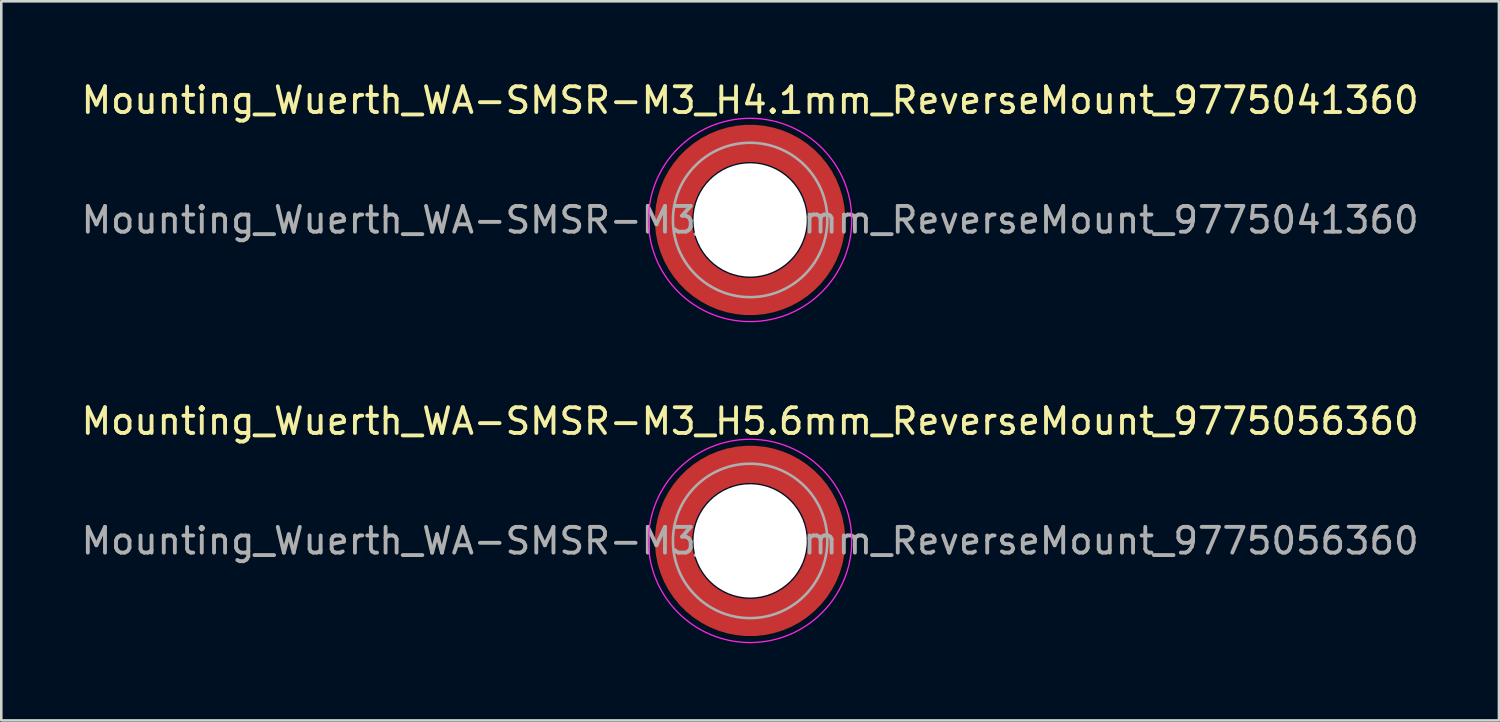
<source format=kicad_pcb>
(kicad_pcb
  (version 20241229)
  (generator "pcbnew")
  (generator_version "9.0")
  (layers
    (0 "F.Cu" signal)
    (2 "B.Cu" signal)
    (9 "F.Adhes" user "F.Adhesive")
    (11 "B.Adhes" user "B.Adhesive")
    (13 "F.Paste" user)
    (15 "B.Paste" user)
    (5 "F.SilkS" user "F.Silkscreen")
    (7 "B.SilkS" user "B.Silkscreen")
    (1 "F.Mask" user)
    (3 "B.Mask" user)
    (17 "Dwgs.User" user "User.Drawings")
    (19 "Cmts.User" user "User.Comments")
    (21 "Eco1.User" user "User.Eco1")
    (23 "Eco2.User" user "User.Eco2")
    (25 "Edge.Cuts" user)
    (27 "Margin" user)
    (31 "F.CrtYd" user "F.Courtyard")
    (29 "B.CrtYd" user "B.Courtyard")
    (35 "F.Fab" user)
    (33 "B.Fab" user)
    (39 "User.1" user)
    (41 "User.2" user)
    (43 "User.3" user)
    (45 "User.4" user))
  (footprint "Mounting_Wuerth_WA-SMSR-M3_H5.6mm_ReverseMount_9775056360"
    (layer "F.Cu")
    (at 26.101 17.971)
    (property "Reference" "Mounting_Wuerth_WA-SMSR-M3_H5.6mm_ReverseMount_9775056360" (at 0 -4.65 0) (layer "F.SilkS") (effects (font (size 1 1) (thickness 0.15))))
    (property "Mouser Part no." "" (at 0 0 0) (layer "F.Fab") (effects (font (size 1.27 1.27) (thickness 0.15))))
    (property "Mouser link" "" (at 0 0 0) (layer "F.Fab") (effects (font (size 1.27 1.27) (thickness 0.15))))
    (attr smd)
    (fp_circle (center 0 0) (end 3.95 0) (stroke (width 0.05) (type solid)) (fill no) (layer "F.CrtYd"))
    (fp_circle (center 0 0) (end 3 0) (stroke (width 0.1) (type solid)) (fill no) (layer "F.Fab"))
    (fp_text user "${REFERENCE}" (at 0 0 0) (layer "F.Fab") (effects (font (size 1 1) (thickness 0.15))))
    (pad "" smd custom (at -2.095 -2.095) (size 0.945 0.945) (layers "F.Paste") (options (anchor circle)) (primitives (gr_arc (start -0.24231 1.594804) (mid 0.404104 0.405534) (end 1.592827 -0.241886) (width 0.2)) (gr_arc (start -0.3398 1.594804) (mid 0.335987 0.338711) (end 1.591031 -0.339022) (width 0.2)) (gr_arc (start -0.437132 1.594804) (mid 0.268952 0.270807) (end 1.592231 -0.436623) (width 0.2)) (gr_arc (start -0.534324 1.594804) (mid 0.201345 0.203474) (end 1.591846 -0.53376) (width 0.2)) (gr_arc (start -0.631391 1.594804) (mid 0.134696 0.135183) (end 1.594126 -0.631267) (width 0.2)) (gr_arc (start -0.728345 1.594804) (mid 0.067234 0.067705) (end 1.594149 -0.728229) (width 0.2)) (gr_arc (start -0.825197 1.594804) (mid -0.001218 0.001219) (end 1.591408 -0.824614) (width 0.2)) (gr_arc (start -0.921958 1.594804) (mid -0.068952 -0.065985) (end 1.590665 -0.921269) (width 0.2)) (gr_arc (start -1.018637 1.594804) (mid -0.135972 -0.133907) (end 1.59192 -1.018172) (width 0.2)) (gr_arc (start -1.115239 1.594804) (mid -0.20428 -0.200537) (end 1.589574 -1.11442) (width 0.2)) (gr_arc (start -1.211773 1.594804) (mid -0.26993 -0.269828) (end 1.594662 -1.211751) (width 0.2)) (gr_arc (start -1.308244 1.594804) (mid -0.33911 -0.335587) (end 1.589875 -1.307516) (width 0.2)) (gr_arc (start -1.404657 1.594804) (mid -0.405633 -0.404004) (end 1.592524 -1.404331) (width 0.2)) (gr_arc (start -1.404657 1.594804) (mid -0.405633 -0.404004) (end 1.592524 -1.404331) (width 0.2)) (gr_line (start 1.595 -0.242) (end 1.595 -1.405) (width 0.2)) (gr_line (start -0.242 1.595) (end -1.405 1.595) (width 0.2))))
    (pad "" smd custom (at -2.095 2.095) (size 0.945 0.945) (layers "F.Paste") (options (anchor circle)) (primitives (gr_arc (start 1.594804 0.24231) (mid 0.405534 -0.404104) (end -0.241886 -1.592827) (width 0.2)) (gr_arc (start 1.594804 0.3398) (mid 0.338711 -0.335987) (end -0.339022 -1.591031) (width 0.2)) (gr_arc (start 1.594804 0.437132) (mid 0.270807 -0.268952) (end -0.436623 -1.592231) (width 0.2)) (gr_arc (start 1.594804 0.534324) (mid 0.203474 -0.201345) (end -0.53376 -1.591846) (width 0.2)) (gr_arc (start 1.594804 0.631391) (mid 0.135183 -0.134696) (end -0.631267 -1.594126) (width 0.2)) (gr_arc (start 1.594804 0.728345) (mid 0.067705 -0.067234) (end -0.728229 -1.594149) (width 0.2)) (gr_arc (start 1.594804 0.825197) (mid 0.001219 0.001218) (end -0.824614 -1.591408) (width 0.2)) (gr_arc (start 1.594804 0.921958) (mid -0.065985 0.068952) (end -0.921269 -1.590665) (width 0.2)) (gr_arc (start 1.594804 1.018637) (mid -0.133907 0.135972) (end -1.018172 -1.59192) (width 0.2)) (gr_arc (start 1.594804 1.115239) (mid -0.200537 0.20428) (end -1.11442 -1.589574) (width 0.2)) (gr_arc (start 1.594804 1.211773) (mid -0.269828 0.26993) (end -1.211751 -1.594662) (width 0.2)) (gr_arc (start 1.594804 1.308244) (mid -0.335587 0.33911) (end -1.307516 -1.589875) (width 0.2)) (gr_arc (start 1.594804 1.404657) (mid -0.404004 0.405633) (end -1.404331 -1.592524) (width 0.2)) (gr_arc (start 1.594804 1.404657) (mid -0.404004 0.405633) (end -1.404331 -1.592524) (width 0.2)) (gr_line (start -0.242 -1.595) (end -1.405 -1.595) (width 0.2)) (gr_line (start 1.595 0.242) (end 1.595 1.405) (width 0.2))))
    (pad "" np_thru_hole circle (at 0 0) (size 4.4 4.4) (drill 4.4) (layers "*.Cu" "*.Mask"))
    (pad "" smd custom (at 2.095 -2.095) (size 0.945 0.945) (layers "F.Paste") (options (anchor circle)) (primitives (gr_arc (start -1.594804 -0.24231) (mid -0.405534 0.404104) (end 0.241886 1.592827) (width 0.2)) (gr_arc (start -1.594804 -0.3398) (mid -0.338711 0.335987) (end 0.339022 1.591031) (width 0.2)) (gr_arc (start -1.594804 -0.437132) (mid -0.270807 0.268952) (end 0.436623 1.592231) (width 0.2)) (gr_arc (start -1.594804 -0.534324) (mid -0.203474 0.201345) (end 0.53376 1.591846) (width 0.2)) (gr_arc (start -1.594804 -0.631391) (mid -0.135183 0.134696) (end 0.631267 1.594126) (width 0.2)) (gr_arc (start -1.594804 -0.728345) (mid -0.067705 0.067234) (end 0.728229 1.594149) (width 0.2)) (gr_arc (start -1.594804 -0.825197) (mid -0.001219 -0.001218) (end 0.824614 1.591408) (width 0.2)) (gr_arc (start -1.594804 -0.921958) (mid 0.065985 -0.068952) (end 0.921269 1.590665) (width 0.2)) (gr_arc (start -1.594804 -1.018637) (mid 0.133907 -0.135972) (end 1.018172 1.59192) (width 0.2)) (gr_arc (start -1.594804 -1.115239) (mid 0.200537 -0.20428) (end 1.11442 1.589574) (width 0.2)) (gr_arc (start -1.594804 -1.211773) (mid 0.269828 -0.26993) (end 1.211751 1.594662) (width 0.2)) (gr_arc (start -1.594804 -1.308244) (mid 0.335587 -0.33911) (end 1.307516 1.589875) (width 0.2)) (gr_arc (start -1.594804 -1.404657) (mid 0.404004 -0.405633) (end 1.404331 1.592524) (width 0.2)) (gr_arc (start -1.594804 -1.404657) (mid 0.404004 -0.405633) (end 1.404331 1.592524) (width 0.2)) (gr_line (start 0.242 1.595) (end 1.405 1.595) (width 0.2)) (gr_line (start -1.595 -0.242) (end -1.595 -1.405) (width 0.2))))
    (pad "" smd custom (at 2.095 2.095) (size 0.945 0.945) (layers "F.Paste") (options (anchor circle)) (primitives (gr_arc (start 0.24231 -1.594804) (mid -0.404104 -0.405534) (end -1.592827 0.241886) (width 0.2)) (gr_arc (start 0.3398 -1.594804) (mid -0.335987 -0.338711) (end -1.591031 0.339022) (width 0.2)) (gr_arc (start 0.437132 -1.594804) (mid -0.268952 -0.270807) (end -1.592231 0.436623) (width 0.2)) (gr_arc (start 0.534324 -1.594804) (mid -0.201345 -0.203474) (end -1.591846 0.53376) (width 0.2)) (gr_arc (start 0.631391 -1.594804) (mid -0.134696 -0.135183) (end -1.594126 0.631267) (width 0.2)) (gr_arc (start 0.728345 -1.594804) (mid -0.067234 -0.067705) (end -1.594149 0.728229) (width 0.2)) (gr_arc (start 0.825197 -1.594804) (mid 0.001218 -0.001219) (end -1.591408 0.824614) (width 0.2)) (gr_arc (start 0.921958 -1.594804) (mid 0.068952 0.065985) (end -1.590665 0.921269) (width 0.2)) (gr_arc (start 1.018637 -1.594804) (mid 0.135972 0.133907) (end -1.59192 1.018172) (width 0.2)) (gr_arc (start 1.115239 -1.594804) (mid 0.20428 0.200537) (end -1.589574 1.11442) (width 0.2)) (gr_arc (start 1.211773 -1.594804) (mid 0.26993 0.269828) (end -1.594662 1.211751) (width 0.2)) (gr_arc (start 1.308244 -1.594804) (mid 0.33911 0.335587) (end -1.589875 1.307516) (width 0.2)) (gr_arc (start 1.404657 -1.594804) (mid 0.405633 0.404004) (end -1.592524 1.404331) (width 0.2)) (gr_arc (start 1.404657 -1.594804) (mid 0.405633 0.404004) (end -1.592524 1.404331) (width 0.2)) (gr_line (start -1.595 0.242) (end -1.595 1.405) (width 0.2)) (gr_line (start 0.242 -1.595) (end 1.405 -1.595) (width 0.2))))
    (pad "1" smd circle (at -2.975 0) (size 1.05 1.05) (layers "F.Cu"))
    (pad "1" smd circle (at 0 -2.975) (size 1.05 1.05) (layers "F.Cu"))
    (pad "1" smd circle (at 0 2.975) (size 1.05 1.05) (layers "F.Cu"))
    (pad "1" smd custom (at 2.975 0) (size 1.05 1.05) (layers "F.Cu" "F.Mask") (options (anchor circle)) (primitives (gr_circle (center -2.975 0) (end 0 0) (width 1.45) (fill no)))))
  (footprint "Mounting_Wuerth_WA-SMSR-M3_H4.1mm_ReverseMount_9775041360"
    (layer "F.Cu")
    (at 26.101 5.498)
    (property "Reference" "Mounting_Wuerth_WA-SMSR-M3_H4.1mm_ReverseMount_9775041360" (at 0 -4.65 0) (layer "F.SilkS") (effects (font (size 1 1) (thickness 0.15))))
    (property "Mouser Part no." "" (at 0 0 0) (layer "F.Fab") (effects (font (size 1.27 1.27) (thickness 0.15))))
    (property "Mouser link" "" (at 0 0 0) (layer "F.Fab") (effects (font (size 1.27 1.27) (thickness 0.15))))
    (attr smd)
    (fp_circle (center 0 0) (end 3.95 0) (stroke (width 0.05) (type solid)) (fill no) (layer "F.CrtYd"))
    (fp_circle (center 0 0) (end 3 0) (stroke (width 0.1) (type solid)) (fill no) (layer "F.Fab"))
    (fp_text user "${REFERENCE}" (at 0 0 0) (layer "F.Fab") (effects (font (size 1 1) (thickness 0.15))))
    (pad "" smd custom (at -2.095 -2.095) (size 0.945 0.945) (layers "F.Paste") (options (anchor circle)) (primitives (gr_arc (start -0.24231 1.594804) (mid 0.404104 0.405534) (end 1.592827 -0.241886) (width 0.2)) (gr_arc (start -0.3398 1.594804) (mid 0.335987 0.338711) (end 1.591031 -0.339022) (width 0.2)) (gr_arc (start -0.437132 1.594804) (mid 0.268952 0.270807) (end 1.592231 -0.436623) (width 0.2)) (gr_arc (start -0.534324 1.594804) (mid 0.201345 0.203474) (end 1.591846 -0.53376) (width 0.2)) (gr_arc (start -0.631391 1.594804) (mid 0.134696 0.135183) (end 1.594126 -0.631267) (width 0.2)) (gr_arc (start -0.728345 1.594804) (mid 0.067234 0.067705) (end 1.594149 -0.728229) (width 0.2)) (gr_arc (start -0.825197 1.594804) (mid -0.001218 0.001219) (end 1.591408 -0.824614) (width 0.2)) (gr_arc (start -0.921958 1.594804) (mid -0.068952 -0.065985) (end 1.590665 -0.921269) (width 0.2)) (gr_arc (start -1.018637 1.594804) (mid -0.135972 -0.133907) (end 1.59192 -1.018172) (width 0.2)) (gr_arc (start -1.115239 1.594804) (mid -0.20428 -0.200537) (end 1.589574 -1.11442) (width 0.2)) (gr_arc (start -1.211773 1.594804) (mid -0.26993 -0.269828) (end 1.594662 -1.211751) (width 0.2)) (gr_arc (start -1.308244 1.594804) (mid -0.33911 -0.335587) (end 1.589875 -1.307516) (width 0.2)) (gr_arc (start -1.404657 1.594804) (mid -0.405633 -0.404004) (end 1.592524 -1.404331) (width 0.2)) (gr_arc (start -1.404657 1.594804) (mid -0.405633 -0.404004) (end 1.592524 -1.404331) (width 0.2)) (gr_line (start 1.595 -0.242) (end 1.595 -1.405) (width 0.2)) (gr_line (start -0.242 1.595) (end -1.405 1.595) (width 0.2))))
    (pad "" smd custom (at -2.095 2.095) (size 0.945 0.945) (layers "F.Paste") (options (anchor circle)) (primitives (gr_arc (start 1.594804 0.24231) (mid 0.405534 -0.404104) (end -0.241886 -1.592827) (width 0.2)) (gr_arc (start 1.594804 0.3398) (mid 0.338711 -0.335987) (end -0.339022 -1.591031) (width 0.2)) (gr_arc (start 1.594804 0.437132) (mid 0.270807 -0.268952) (end -0.436623 -1.592231) (width 0.2)) (gr_arc (start 1.594804 0.534324) (mid 0.203474 -0.201345) (end -0.53376 -1.591846) (width 0.2)) (gr_arc (start 1.594804 0.631391) (mid 0.135183 -0.134696) (end -0.631267 -1.594126) (width 0.2)) (gr_arc (start 1.594804 0.728345) (mid 0.067705 -0.067234) (end -0.728229 -1.594149) (width 0.2)) (gr_arc (start 1.594804 0.825197) (mid 0.001219 0.001218) (end -0.824614 -1.591408) (width 0.2)) (gr_arc (start 1.594804 0.921958) (mid -0.065985 0.068952) (end -0.921269 -1.590665) (width 0.2)) (gr_arc (start 1.594804 1.018637) (mid -0.133907 0.135972) (end -1.018172 -1.59192) (width 0.2)) (gr_arc (start 1.594804 1.115239) (mid -0.200537 0.20428) (end -1.11442 -1.589574) (width 0.2)) (gr_arc (start 1.594804 1.211773) (mid -0.269828 0.26993) (end -1.211751 -1.594662) (width 0.2)) (gr_arc (start 1.594804 1.308244) (mid -0.335587 0.33911) (end -1.307516 -1.589875) (width 0.2)) (gr_arc (start 1.594804 1.404657) (mid -0.404004 0.405633) (end -1.404331 -1.592524) (width 0.2)) (gr_arc (start 1.594804 1.404657) (mid -0.404004 0.405633) (end -1.404331 -1.592524) (width 0.2)) (gr_line (start -0.242 -1.595) (end -1.405 -1.595) (width 0.2)) (gr_line (start 1.595 0.242) (end 1.595 1.405) (width 0.2))))
    (pad "" np_thru_hole circle (at 0 0) (size 4.4 4.4) (drill 4.4) (layers "*.Cu" "*.Mask"))
    (pad "" smd custom (at 2.095 -2.095) (size 0.945 0.945) (layers "F.Paste") (options (anchor circle)) (primitives (gr_arc (start -1.594804 -0.24231) (mid -0.405534 0.404104) (end 0.241886 1.592827) (width 0.2)) (gr_arc (start -1.594804 -0.3398) (mid -0.338711 0.335987) (end 0.339022 1.591031) (width 0.2)) (gr_arc (start -1.594804 -0.437132) (mid -0.270807 0.268952) (end 0.436623 1.592231) (width 0.2)) (gr_arc (start -1.594804 -0.534324) (mid -0.203474 0.201345) (end 0.53376 1.591846) (width 0.2)) (gr_arc (start -1.594804 -0.631391) (mid -0.135183 0.134696) (end 0.631267 1.594126) (width 0.2)) (gr_arc (start -1.594804 -0.728345) (mid -0.067705 0.067234) (end 0.728229 1.594149) (width 0.2)) (gr_arc (start -1.594804 -0.825197) (mid -0.001219 -0.001218) (end 0.824614 1.591408) (width 0.2)) (gr_arc (start -1.594804 -0.921958) (mid 0.065985 -0.068952) (end 0.921269 1.590665) (width 0.2)) (gr_arc (start -1.594804 -1.018637) (mid 0.133907 -0.135972) (end 1.018172 1.59192) (width 0.2)) (gr_arc (start -1.594804 -1.115239) (mid 0.200537 -0.20428) (end 1.11442 1.589574) (width 0.2)) (gr_arc (start -1.594804 -1.211773) (mid 0.269828 -0.26993) (end 1.211751 1.594662) (width 0.2)) (gr_arc (start -1.594804 -1.308244) (mid 0.335587 -0.33911) (end 1.307516 1.589875) (width 0.2)) (gr_arc (start -1.594804 -1.404657) (mid 0.404004 -0.405633) (end 1.404331 1.592524) (width 0.2)) (gr_arc (start -1.594804 -1.404657) (mid 0.404004 -0.405633) (end 1.404331 1.592524) (width 0.2)) (gr_line (start 0.242 1.595) (end 1.405 1.595) (width 0.2)) (gr_line (start -1.595 -0.242) (end -1.595 -1.405) (width 0.2))))
    (pad "" smd custom (at 2.095 2.095) (size 0.945 0.945) (layers "F.Paste") (options (anchor circle)) (primitives (gr_arc (start 0.24231 -1.594804) (mid -0.404104 -0.405534) (end -1.592827 0.241886) (width 0.2)) (gr_arc (start 0.3398 -1.594804) (mid -0.335987 -0.338711) (end -1.591031 0.339022) (width 0.2)) (gr_arc (start 0.437132 -1.594804) (mid -0.268952 -0.270807) (end -1.592231 0.436623) (width 0.2)) (gr_arc (start 0.534324 -1.594804) (mid -0.201345 -0.203474) (end -1.591846 0.53376) (width 0.2)) (gr_arc (start 0.631391 -1.594804) (mid -0.134696 -0.135183) (end -1.594126 0.631267) (width 0.2)) (gr_arc (start 0.728345 -1.594804) (mid -0.067234 -0.067705) (end -1.594149 0.728229) (width 0.2)) (gr_arc (start 0.825197 -1.594804) (mid 0.001218 -0.001219) (end -1.591408 0.824614) (width 0.2)) (gr_arc (start 0.921958 -1.594804) (mid 0.068952 0.065985) (end -1.590665 0.921269) (width 0.2)) (gr_arc (start 1.018637 -1.594804) (mid 0.135972 0.133907) (end -1.59192 1.018172) (width 0.2)) (gr_arc (start 1.115239 -1.594804) (mid 0.20428 0.200537) (end -1.589574 1.11442) (width 0.2)) (gr_arc (start 1.211773 -1.594804) (mid 0.26993 0.269828) (end -1.594662 1.211751) (width 0.2)) (gr_arc (start 1.308244 -1.594804) (mid 0.33911 0.335587) (end -1.589875 1.307516) (width 0.2)) (gr_arc (start 1.404657 -1.594804) (mid 0.405633 0.404004) (end -1.592524 1.404331) (width 0.2)) (gr_arc (start 1.404657 -1.594804) (mid 0.405633 0.404004) (end -1.592524 1.404331) (width 0.2)) (gr_line (start -1.595 0.242) (end -1.595 1.405) (width 0.2)) (gr_line (start 0.242 -1.595) (end 1.405 -1.595) (width 0.2))))
    (pad "1" smd circle (at -2.975 0) (size 1.05 1.05) (layers "F.Cu"))
    (pad "1" smd circle (at 0 -2.975) (size 1.05 1.05) (layers "F.Cu"))
    (pad "1" smd circle (at 0 2.975) (size 1.05 1.05) (layers "F.Cu"))
    (pad "1" smd custom (at 2.975 0) (size 1.05 1.05) (layers "F.Cu" "F.Mask") (options (anchor circle)) (primitives (gr_circle (center -2.975 0) (end 0 0) (width 1.45) (fill no)))))
  (gr_rect
    (start -3 -3)
    (end 55.202 24.947)
    (stroke (width 0.1) (type default))
    (fill no)
    (layer "Edge.Cuts")))
</source>
